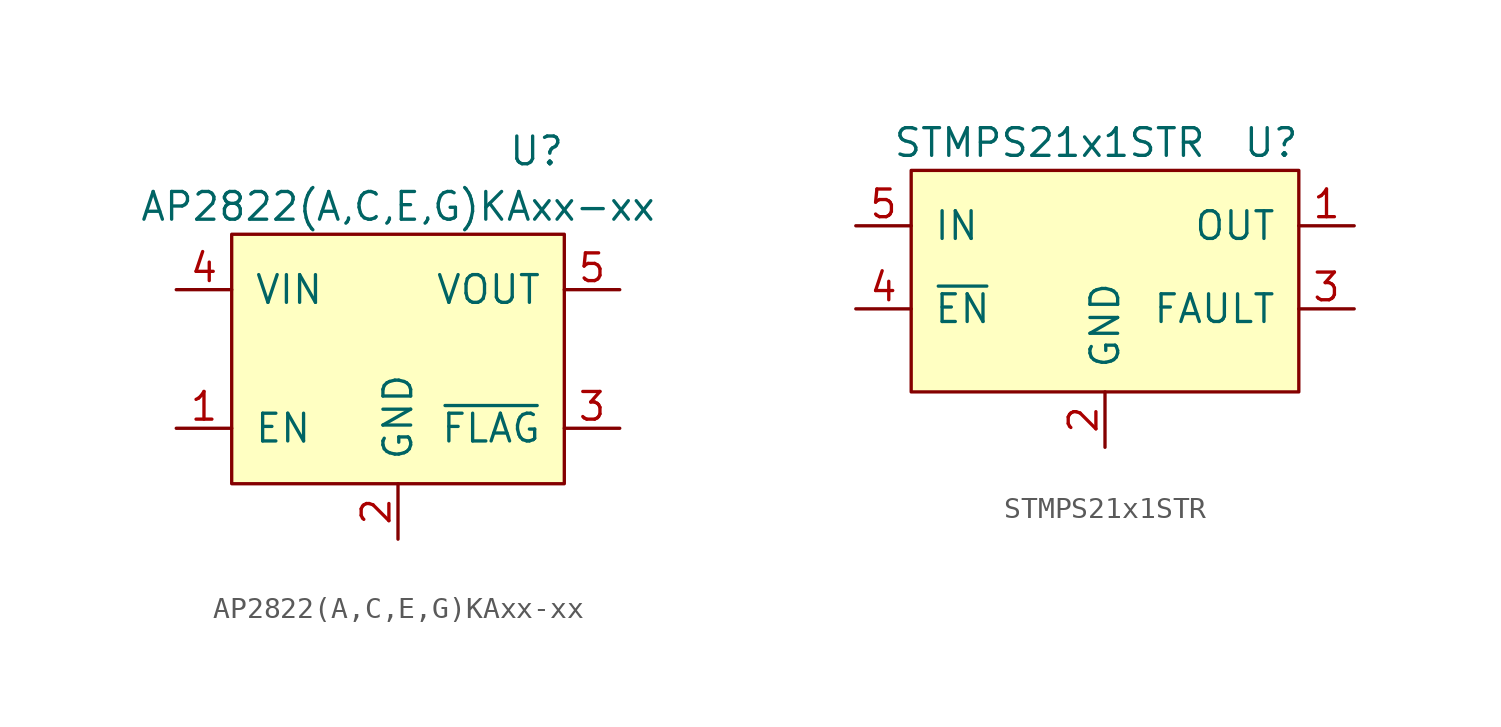
<source format=kicad_sym>
(kicad_symbol_lib
  (version 20211014)
  (generator kicad_symbol_editor)
  (symbol "AP2822(A,C,E,G)KAxx-xx"
    (pin_names
      (offset 1.016))
    (property "Reference" "U"
      (at 6.35 8.89 0)
      (effects (font (size 1.27 1.27))))
    (property "Value" "AP2822(A,C,E,G)KAxx-xx"
      (at 0 6.35 0)
      (effects (font (size 1.27 1.27))))
    (symbol "AP2822(A,C,E,G)KAxx-xx_0_1"
      (rectangle (start -7.62 5.08) (end 7.62 -6.35) (stroke (width 0) (type default) (color 0 0 0 0)) (fill (type background))))
    (symbol "AP2822(A,C,E,G)KAxx-xx_1_1"
      (pin input line (at -10.16 -3.81 0) (length 2.54) (name "EN" (effects (font (size 1.27 1.27)))) (number "1" (effects (font (size 1.27 1.27)))))
      (pin power_in line (at 0 -8.89 90) (length 2.54) (name "GND" (effects (font (size 1.27 1.27)))) (number "2" (effects (font (size 1.27 1.27)))))
      (pin open_collector line (at 10.16 -3.81 180) (length 2.54) (name "~{FLAG}" (effects (font (size 1.27 1.27)))) (number "3" (effects (font (size 1.27 1.27)))))
      (pin power_in line (at -10.16 2.54 0) (length 2.54) (name "VIN" (effects (font (size 1.27 1.27)))) (number "4" (effects (font (size 1.27 1.27)))))
      (pin power_out line (at 10.16 2.54 180) (length 2.54) (name "VOUT" (effects (font (size 1.27 1.27)))) (number "5" (effects (font (size 1.27 1.27)))))))
  (symbol "STMPS21x1STR"
    (pin_names
      (offset 1.016))
    (property "Reference" "U"
      (at 7.62 6.35 0)
      (effects (font (size 1.27 1.27))))
    (property "Value" "STMPS21x1STR"
      (at -2.54 6.35 0)
      (effects (font (size 1.27 1.27))))
    (symbol "STMPS21x1STR_0_1"
      (rectangle (start 8.89 -5.08) (end -8.89 5.08) (stroke (width 0) (type default) (color 0 0 0 0)) (fill (type background))))
    (symbol "STMPS21x1STR_1_1"
      (pin power_out line (at 11.43 2.54 180) (length 2.54) (name "OUT" (effects (font (size 1.27 1.27)))) (number "1" (effects (font (size 1.27 1.27)))))
      (pin power_in line (at 0 -7.62 90) (length 2.54) (name "GND" (effects (font (size 1.27 1.27)))) (number "2" (effects (font (size 1.27 1.27)))))
      (pin output line (at 11.43 -1.27 180) (length 2.54) (name "FAULT" (effects (font (size 1.27 1.27)))) (number "3" (effects (font (size 1.27 1.27)))))
      (pin input line (at -11.43 -1.27 0) (length 2.54) (name "~{EN}" (effects (font (size 1.27 1.27)))) (number "4" (effects (font (size 1.27 1.27)))))
      (pin power_in line (at -11.43 2.54 0) (length 2.54) (name "IN" (effects (font (size 1.27 1.27)))) (number "5" (effects (font (size 1.27 1.27))))))))
</source>
